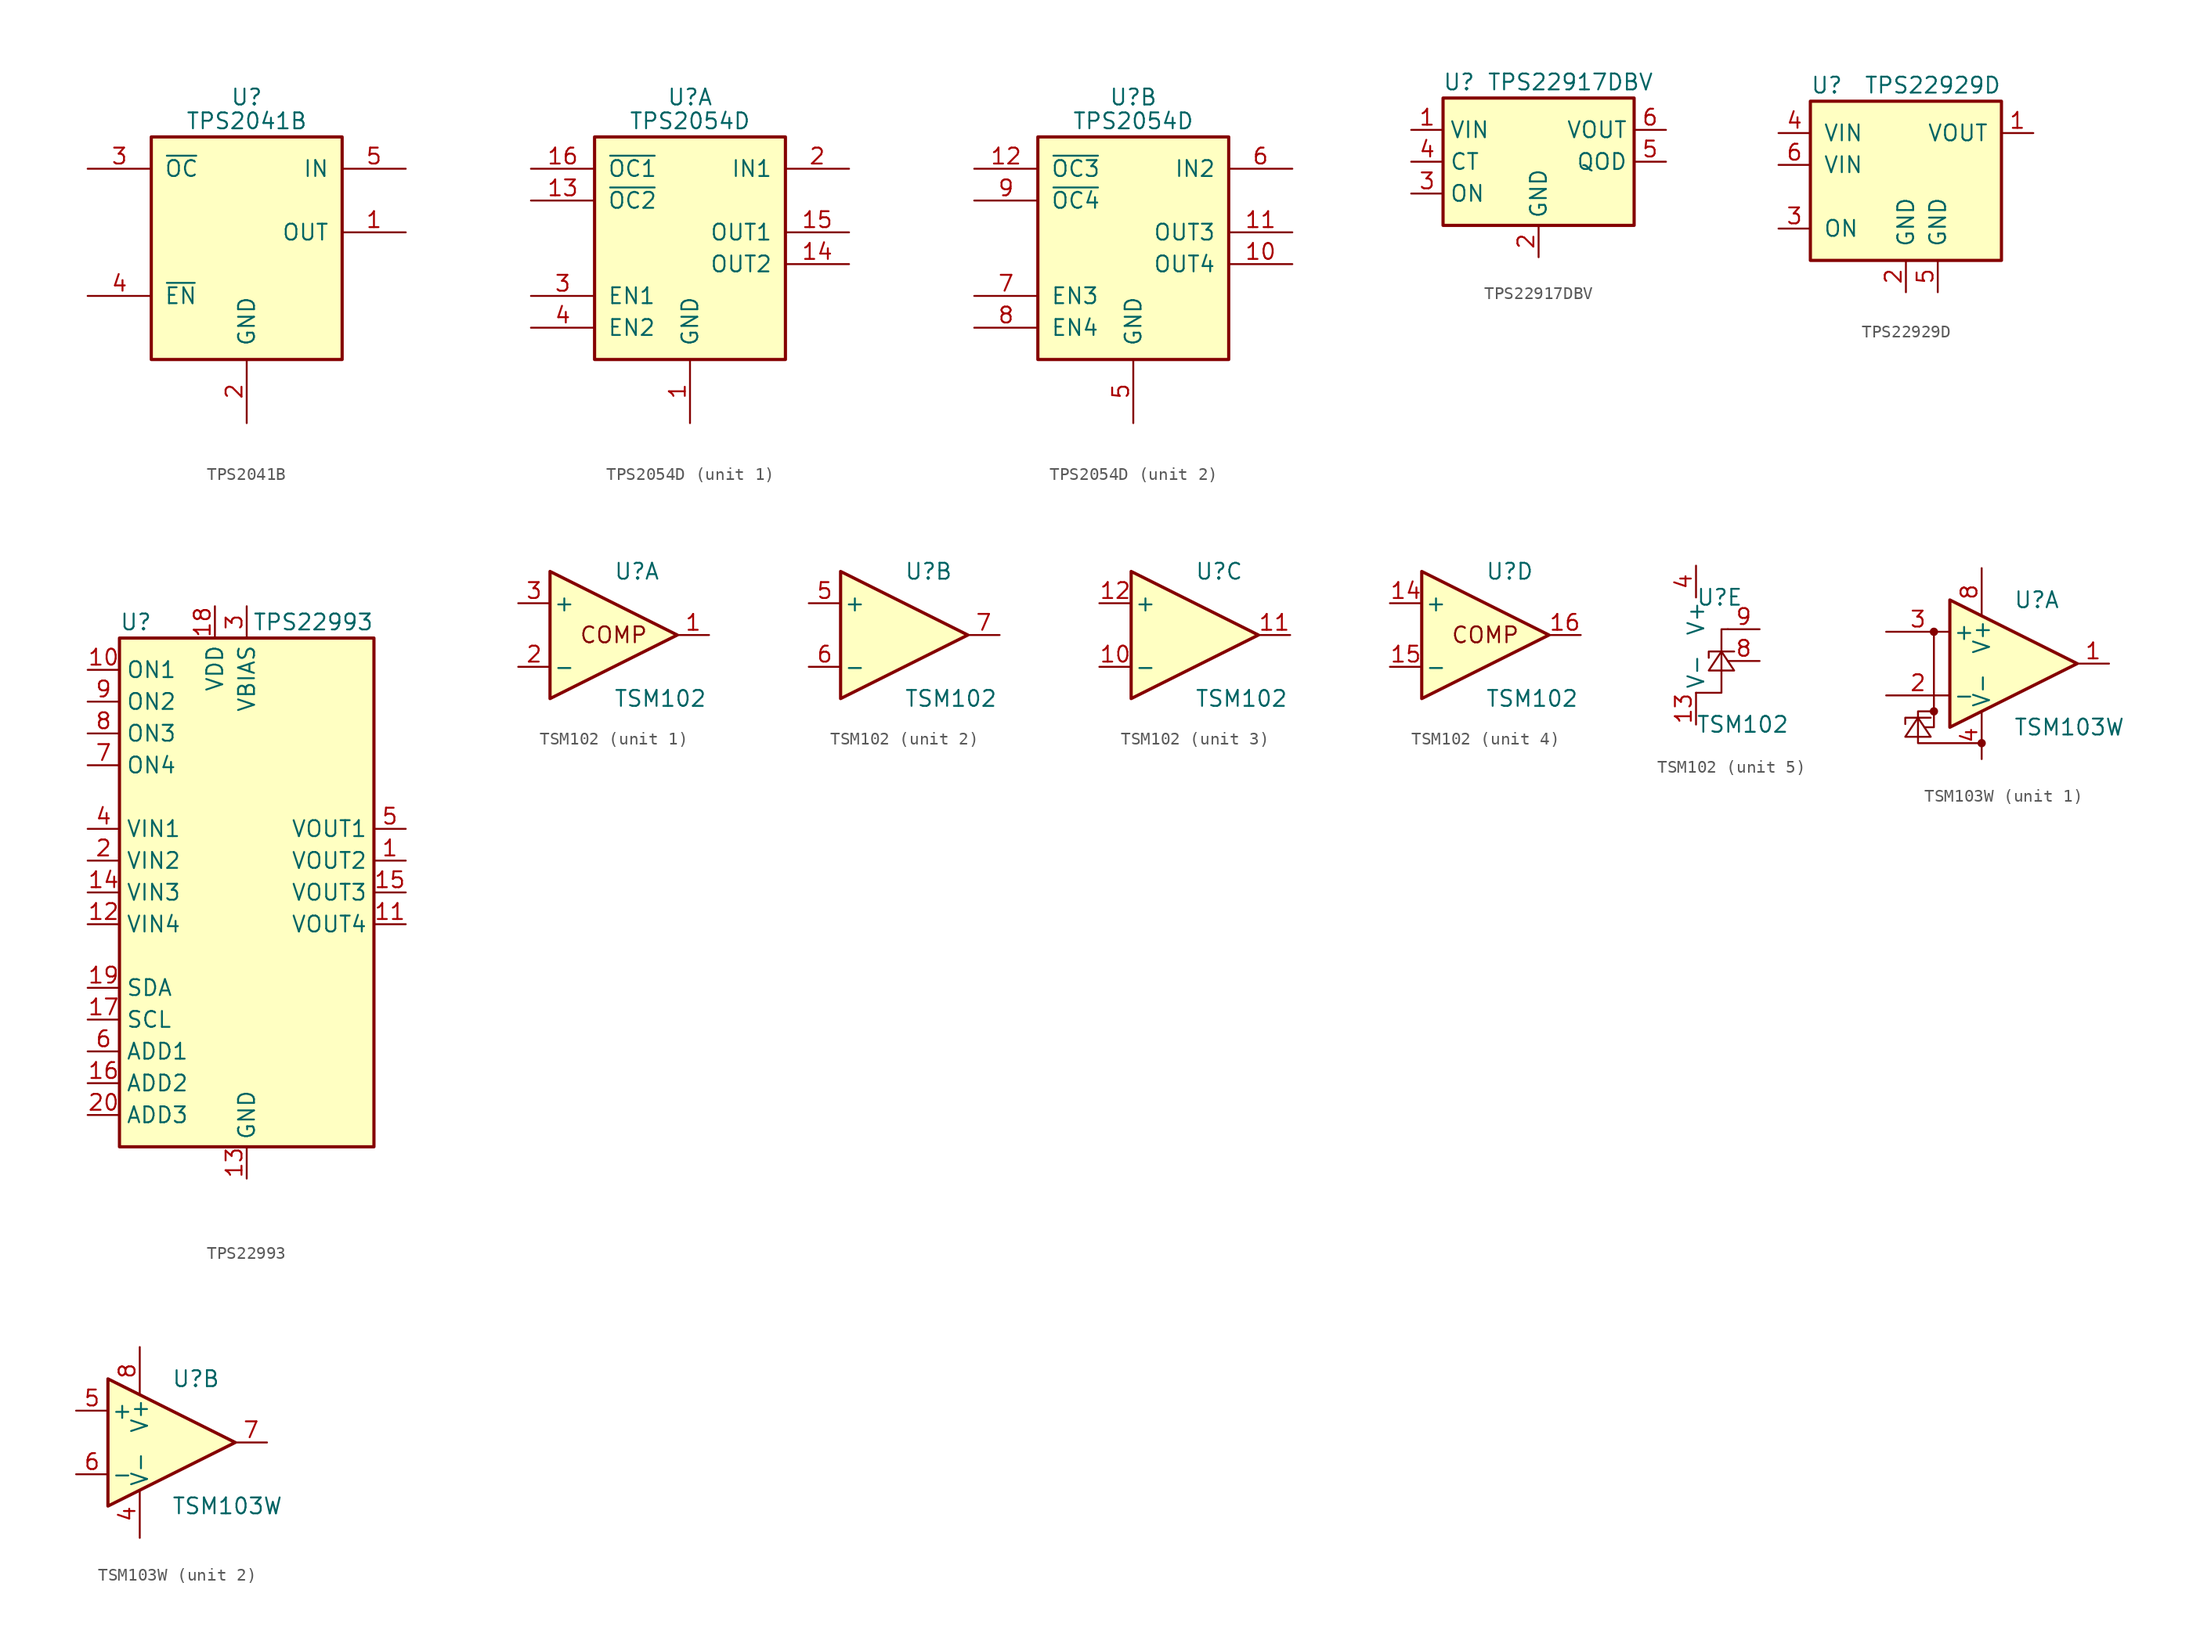
<source format=kicad_sym>
(kicad_symbol_lib
  (version 20201005)
  (generator kicad_symbol_editor)
  (symbol "TPS2041B"
    (pin_names
      (offset 1.016))
    (property "Reference" "U"
      (at 0 10.795 0)
      (effects (font (size 1.27 1.27))))
    (property "Value" "TPS2041B"
      (at 0 8.89 0)
      (effects (font (size 1.27 1.27))))
    (symbol "TPS2041B_0_1"
      (rectangle (start -7.62 7.62) (end 7.62 -10.16) (stroke (width 0.254)) (fill (type background))))
    (symbol "TPS2041B_1_1"
      (pin power_out line (at 12.7 0 180) (length 5.08) (name "OUT" (effects (font (size 1.27 1.27)))) (number "1" (effects (font (size 1.27 1.27)))))
      (pin power_in line (at 0 -15.24 90) (length 5.08) (name "GND" (effects (font (size 1.27 1.27)))) (number "2" (effects (font (size 1.27 1.27)))))
      (pin open_collector line (at -12.7 5.08 0) (length 5.08) (name "~OC" (effects (font (size 1.27 1.27)))) (number "3" (effects (font (size 1.27 1.27)))))
      (pin input line (at -12.7 -5.08 0) (length 5.08) (name "~EN" (effects (font (size 1.27 1.27)))) (number "4" (effects (font (size 1.27 1.27)))))
      (pin power_in line (at 12.7 5.08 180) (length 5.08) (name "IN" (effects (font (size 1.27 1.27)))) (number "5" (effects (font (size 1.27 1.27)))))))
  (symbol "TPS2054D"
    (pin_names
      (offset 1.016))
    (property "Reference" "U"
      (at 0 10.795 0)
      (effects (font (size 1.27 1.27))))
    (property "Value" "TPS2054D"
      (at 0 8.89 0)
      (effects (font (size 1.27 1.27))))
    (property "ki_locked" ""
      (at 0 0 0)
      (effects (font (size 1.27 1.27))))
    (symbol "TPS2054D_0_1"
      (rectangle (start -7.62 7.62) (end 7.62 -10.16) (stroke (width 0.254)) (fill (type background))))
    (symbol "TPS2054D_1_1"
      (pin power_in line (at 0 -15.24 90) (length 5.08) (name "GND" (effects (font (size 1.27 1.27)))) (number "1" (effects (font (size 1.27 1.27)))))
      (pin open_collector line (at -12.7 2.54 0) (length 5.08) (name "~OC2" (effects (font (size 1.27 1.27)))) (number "13" (effects (font (size 1.27 1.27)))))
      (pin passive line (at 12.7 -2.54 180) (length 5.08) (name "OUT2" (effects (font (size 1.27 1.27)))) (number "14" (effects (font (size 1.27 1.27)))))
      (pin passive line (at 12.7 0 180) (length 5.08) (name "OUT1" (effects (font (size 1.27 1.27)))) (number "15" (effects (font (size 1.27 1.27)))))
      (pin open_collector line (at -12.7 5.08 0) (length 5.08) (name "~OC1" (effects (font (size 1.27 1.27)))) (number "16" (effects (font (size 1.27 1.27)))))
      (pin passive line (at 12.7 5.08 180) (length 5.08) (name "IN1" (effects (font (size 1.27 1.27)))) (number "2" (effects (font (size 1.27 1.27)))))
      (pin input line (at -12.7 -5.08 0) (length 5.08) (name "EN1" (effects (font (size 1.27 1.27)))) (number "3" (effects (font (size 1.27 1.27)))))
      (pin input line (at -12.7 -7.62 0) (length 5.08) (name "EN2" (effects (font (size 1.27 1.27)))) (number "4" (effects (font (size 1.27 1.27))))))
    (symbol "TPS2054D_2_1"
      (pin passive line (at 12.7 -2.54 180) (length 5.08) (name "OUT4" (effects (font (size 1.27 1.27)))) (number "10" (effects (font (size 1.27 1.27)))))
      (pin passive line (at 12.7 0 180) (length 5.08) (name "OUT3" (effects (font (size 1.27 1.27)))) (number "11" (effects (font (size 1.27 1.27)))))
      (pin open_collector line (at -12.7 5.08 0) (length 5.08) (name "~OC3" (effects (font (size 1.27 1.27)))) (number "12" (effects (font (size 1.27 1.27)))))
      (pin power_in line (at 0 -15.24 90) (length 5.08) (name "GND" (effects (font (size 1.27 1.27)))) (number "5" (effects (font (size 1.27 1.27)))))
      (pin passive line (at 12.7 5.08 180) (length 5.08) (name "IN2" (effects (font (size 1.27 1.27)))) (number "6" (effects (font (size 1.27 1.27)))))
      (pin input line (at -12.7 -5.08 0) (length 5.08) (name "EN3" (effects (font (size 1.27 1.27)))) (number "7" (effects (font (size 1.27 1.27)))))
      (pin input line (at -12.7 -7.62 0) (length 5.08) (name "EN4" (effects (font (size 1.27 1.27)))) (number "8" (effects (font (size 1.27 1.27)))))
      (pin open_collector line (at -12.7 2.54 0) (length 5.08) (name "~OC4" (effects (font (size 1.27 1.27)))) (number "9" (effects (font (size 1.27 1.27)))))))
  (symbol "TPS22917DBV"
    (property "Reference" "U"
      (at -6.35 6.35 0)
      (effects (font (size 1.27 1.27))))
    (property "Value" "TPS22917DBV"
      (at 2.54 6.35 0)
      (effects (font (size 1.27 1.27))))
    (symbol "TPS22917DBV_0_1"
      (rectangle (start -7.62 5.08) (end 7.62 -5.08) (stroke (width 0.254)) (fill (type background))))
    (symbol "TPS22917DBV_1_1"
      (pin power_in line (at -10.16 2.54 0) (length 2.54) (name "VIN" (effects (font (size 1.27 1.27)))) (number "1" (effects (font (size 1.27 1.27)))))
      (pin power_in line (at 0 -7.62 90) (length 2.54) (name "GND" (effects (font (size 1.27 1.27)))) (number "2" (effects (font (size 1.27 1.27)))))
      (pin input line (at -10.16 -2.54 0) (length 2.54) (name "ON" (effects (font (size 1.27 1.27)))) (number "3" (effects (font (size 1.27 1.27)))))
      (pin output line (at -10.16 0 0) (length 2.54) (name "CT" (effects (font (size 1.27 1.27)))) (number "4" (effects (font (size 1.27 1.27)))))
      (pin open_collector line (at 10.16 0 180) (length 2.54) (name "QOD" (effects (font (size 1.27 1.27)))) (number "5" (effects (font (size 1.27 1.27)))))
      (pin power_out line (at 10.16 2.54 180) (length 2.54) (name "VOUT" (effects (font (size 1.27 1.27)))) (number "6" (effects (font (size 1.27 1.27)))))))
  (symbol "TPS22929D"
    (pin_names
      (offset 1.016))
    (property "Reference" "U"
      (at -7.62 8.89 0)
      (effects (font (size 1.27 1.27)) (justify left)))
    (property "Value" "TPS22929D"
      (at 7.62 8.89 0)
      (effects (font (size 1.27 1.27)) (justify right)))
    (symbol "TPS22929D_0_1"
      (rectangle (start -7.62 7.62) (end 7.62 -5.08) (stroke (width 0.254)) (fill (type background))))
    (symbol "TPS22929D_1_1"
      (pin power_out line (at 10.16 5.08 180) (length 2.54) (name "VOUT" (effects (font (size 1.27 1.27)))) (number "1" (effects (font (size 1.27 1.27)))))
      (pin power_in line (at 0 -7.62 90) (length 2.54) (name "GND" (effects (font (size 1.27 1.27)))) (number "2" (effects (font (size 1.27 1.27)))))
      (pin input line (at -10.16 -2.54 0) (length 2.54) (name "ON" (effects (font (size 1.27 1.27)))) (number "3" (effects (font (size 1.27 1.27)))))
      (pin power_in line (at -10.16 5.08 0) (length 2.54) (name "VIN" (effects (font (size 1.27 1.27)))) (number "4" (effects (font (size 1.27 1.27)))))
      (pin power_in line (at 2.54 -7.62 90) (length 2.54) (name "GND" (effects (font (size 1.27 1.27)))) (number "5" (effects (font (size 1.27 1.27)))))
      (pin power_in line (at -10.16 2.54 0) (length 2.54) (name "VIN" (effects (font (size 1.27 1.27)))) (number "6" (effects (font (size 1.27 1.27)))))))
  (symbol "TPS22993"
    (property "Reference" "U"
      (at -10.16 21.59 0)
      (effects (font (size 1.27 1.27)) (justify left)))
    (property "Value" "TPS22993"
      (at 10.16 21.59 0)
      (effects (font (size 1.27 1.27)) (justify right)))
    (symbol "TPS22993_0_1"
      (rectangle (start -10.16 20.32) (end 10.16 -20.32) (stroke (width 0.254)) (fill (type background))))
    (symbol "TPS22993_1_1"
      (pin passive line (at 12.7 2.54 180) (length 2.54) (name "VOUT2" (effects (font (size 1.27 1.27)))) (number "1" (effects (font (size 1.27 1.27)))))
      (pin input line (at -12.7 17.78 0) (length 2.54) (name "ON1" (effects (font (size 1.27 1.27)))) (number "10" (effects (font (size 1.27 1.27)))))
      (pin passive line (at 12.7 -2.54 180) (length 2.54) (name "VOUT4" (effects (font (size 1.27 1.27)))) (number "11" (effects (font (size 1.27 1.27)))))
      (pin passive line (at -12.7 -2.54 0) (length 2.54) (name "VIN4" (effects (font (size 1.27 1.27)))) (number "12" (effects (font (size 1.27 1.27)))))
      (pin power_in line (at 0 -22.86 90) (length 2.54) (name "GND" (effects (font (size 1.27 1.27)))) (number "13" (effects (font (size 1.27 1.27)))))
      (pin passive line (at -12.7 0 0) (length 2.54) (name "VIN3" (effects (font (size 1.27 1.27)))) (number "14" (effects (font (size 1.27 1.27)))))
      (pin passive line (at 12.7 0 180) (length 2.54) (name "VOUT3" (effects (font (size 1.27 1.27)))) (number "15" (effects (font (size 1.27 1.27)))))
      (pin input line (at -12.7 -15.24 0) (length 2.54) (name "ADD2" (effects (font (size 1.27 1.27)))) (number "16" (effects (font (size 1.27 1.27)))))
      (pin input line (at -12.7 -10.16 0) (length 2.54) (name "SCL" (effects (font (size 1.27 1.27)))) (number "17" (effects (font (size 1.27 1.27)))))
      (pin power_in line (at -2.54 22.86 270) (length 2.54) (name "VDD" (effects (font (size 1.27 1.27)))) (number "18" (effects (font (size 1.27 1.27)))))
      (pin bidirectional line (at -12.7 -7.62 0) (length 2.54) (name "SDA" (effects (font (size 1.27 1.27)))) (number "19" (effects (font (size 1.27 1.27)))))
      (pin passive line (at -12.7 2.54 0) (length 2.54) (name "VIN2" (effects (font (size 1.27 1.27)))) (number "2" (effects (font (size 1.27 1.27)))))
      (pin input line (at -12.7 -17.78 0) (length 2.54) (name "ADD3" (effects (font (size 1.27 1.27)))) (number "20" (effects (font (size 1.27 1.27)))))
      (pin power_in line (at 0 22.86 270) (length 2.54) (name "VBIAS" (effects (font (size 1.27 1.27)))) (number "3" (effects (font (size 1.27 1.27)))))
      (pin passive line (at -12.7 5.08 0) (length 2.54) (name "VIN1" (effects (font (size 1.27 1.27)))) (number "4" (effects (font (size 1.27 1.27)))))
      (pin passive line (at 12.7 5.08 180) (length 2.54) (name "VOUT1" (effects (font (size 1.27 1.27)))) (number "5" (effects (font (size 1.27 1.27)))))
      (pin input line (at -12.7 -12.7 0) (length 2.54) (name "ADD1" (effects (font (size 1.27 1.27)))) (number "6" (effects (font (size 1.27 1.27)))))
      (pin input line (at -12.7 10.16 0) (length 2.54) (name "ON4" (effects (font (size 1.27 1.27)))) (number "7" (effects (font (size 1.27 1.27)))))
      (pin input line (at -12.7 12.7 0) (length 2.54) (name "ON3" (effects (font (size 1.27 1.27)))) (number "8" (effects (font (size 1.27 1.27)))))
      (pin input line (at -12.7 15.24 0) (length 2.54) (name "ON2" (effects (font (size 1.27 1.27)))) (number "9" (effects (font (size 1.27 1.27)))))))
  (symbol "TSM102"
    (pin_names
      (offset 0.254))
    (property "Reference" "U"
      (at 0 5.08 0)
      (effects (font (size 1.27 1.27)) (justify left)))
    (property "Value" "TSM102"
      (at 0 -5.08 0)
      (effects (font (size 1.27 1.27)) (justify left)))
    (symbol "TSM102_1_0"
      (text "COMP" (at 0 0 0) (effects (font (size 1.27 1.27)))))
    (symbol "TSM102_1_1"
      (polyline (pts (xy -5.08 5.08) (xy 5.08 0) (xy -5.08 -5.08) (xy -5.08 5.08)) (stroke (width 0.254)) (fill (type background)))
      (pin output line (at 7.62 0 180) (length 2.54) (name "~" (effects (font (size 1.27 1.27)))) (number "1" (effects (font (size 1.27 1.27)))))
      (pin input line (at -7.62 -2.54 0) (length 2.54) (name "-" (effects (font (size 1.27 1.27)))) (number "2" (effects (font (size 1.27 1.27)))))
      (pin input line (at -7.62 2.54 0) (length 2.54) (name "+" (effects (font (size 1.27 1.27)))) (number "3" (effects (font (size 1.27 1.27))))))
    (symbol "TSM102_2_1"
      (polyline (pts (xy -5.08 5.08) (xy 5.08 0) (xy -5.08 -5.08) (xy -5.08 5.08)) (stroke (width 0.254)) (fill (type background)))
      (pin input line (at -7.62 2.54 0) (length 2.54) (name "+" (effects (font (size 1.27 1.27)))) (number "5" (effects (font (size 1.27 1.27)))))
      (pin input line (at -7.62 -2.54 0) (length 2.54) (name "-" (effects (font (size 1.27 1.27)))) (number "6" (effects (font (size 1.27 1.27)))))
      (pin output line (at 7.62 0 180) (length 2.54) (name "~" (effects (font (size 1.27 1.27)))) (number "7" (effects (font (size 1.27 1.27))))))
    (symbol "TSM102_3_1"
      (polyline (pts (xy -5.08 5.08) (xy 5.08 0) (xy -5.08 -5.08) (xy -5.08 5.08)) (stroke (width 0.254)) (fill (type background)))
      (pin input line (at -7.62 -2.54 0) (length 2.54) (name "-" (effects (font (size 1.27 1.27)))) (number "10" (effects (font (size 1.27 1.27)))))
      (pin output line (at 7.62 0 180) (length 2.54) (name "~" (effects (font (size 1.27 1.27)))) (number "11" (effects (font (size 1.27 1.27)))))
      (pin input line (at -7.62 2.54 0) (length 2.54) (name "+" (effects (font (size 1.27 1.27)))) (number "12" (effects (font (size 1.27 1.27))))))
    (symbol "TSM102_4_0"
      (text "COMP" (at 0 0 0) (effects (font (size 1.27 1.27)))))
    (symbol "TSM102_4_1"
      (polyline (pts (xy -5.08 5.08) (xy 5.08 0) (xy -5.08 -5.08) (xy -5.08 5.08)) (stroke (width 0.254)) (fill (type background)))
      (pin input line (at -7.62 2.54 0) (length 2.54) (name "+" (effects (font (size 1.27 1.27)))) (number "14" (effects (font (size 1.27 1.27)))))
      (pin input line (at -7.62 -2.54 0) (length 2.54) (name "-" (effects (font (size 1.27 1.27)))) (number "15" (effects (font (size 1.27 1.27)))))
      (pin output line (at 7.62 0 180) (length 2.54) (name "~" (effects (font (size 1.27 1.27)))) (number "16" (effects (font (size 1.27 1.27))))))
    (symbol "TSM102_5_1"
      (polyline (pts (xy 1.016 0.254) (xy 1.016 0.762) (xy 3.048 0.762)) (stroke (width 0)) (fill (type none)))
      (polyline (pts (xy 0 -2.54) (xy 2.032 -2.54) (xy 2.032 2.54) (xy 2.54 2.54)) (stroke (width 0)) (fill (type none)))
      (polyline (pts (xy 1.016 -0.762) (xy 2.032 0.762) (xy 3.048 -0.762) (xy 1.016 -0.762)) (stroke (width 0)) (fill (type none)))
      (pin power_in line (at 0 -5.08 90) (length 2.54) (name "V-" (effects (font (size 1.27 1.27)))) (number "13" (effects (font (size 1.27 1.27)))))
      (pin power_in line (at 0 7.62 270) (length 2.54) (name "V+" (effects (font (size 1.27 1.27)))) (number "4" (effects (font (size 1.27 1.27)))))
      (pin passive line (at 5.08 0 180) (length 2.54) (name "~" (effects (font (size 1.27 1.27)))) (number "8" (effects (font (size 1.27 1.27)))))
      (pin passive line (at 5.08 2.54 180) (length 2.54) (name "~" (effects (font (size 1.27 1.27)))) (number "9" (effects (font (size 1.27 1.27)))))))
  (symbol "TSM103W"
    (pin_names
      (offset 0.254))
    (property "Reference" "U"
      (at 0 5.08 0)
      (effects (font (size 1.27 1.27)) (justify left)))
    (property "Value" "TSM103W"
      (at 0 -5.08 0)
      (effects (font (size 1.27 1.27)) (justify left)))
    (symbol "TSM103W_0_1"
      (polyline (pts (xy -5.08 5.08) (xy 5.08 0) (xy -5.08 -5.08) (xy -5.08 5.08)) (stroke (width 0.254)) (fill (type background)))
      (pin power_in line (at -2.54 -7.62 90) (length 3.81) (name "V-" (effects (font (size 1.27 1.27)))) (number "4" (effects (font (size 1.27 1.27)))))
      (pin power_in line (at -2.54 7.62 270) (length 3.81) (name "V+" (effects (font (size 1.27 1.27)))) (number "8" (effects (font (size 1.27 1.27))))))
    (symbol "TSM103W_1_1"
      (circle (center -6.35 -3.81) (radius 0.254) (stroke (width 0)) (fill (type outline)))
      (circle (center -6.35 2.54) (radius 0.254) (stroke (width 0)) (fill (type outline)))
      (circle (center -2.54 -6.35) (radius 0.254) (stroke (width 0)) (fill (type outline)))
      (polyline (pts (xy -8.636 -4.826) (xy -8.636 -4.318) (xy -6.604 -4.318)) (stroke (width 0)) (fill (type none)))
      (polyline (pts (xy -7.112 -5.08) (xy -6.35 -5.08) (xy -6.35 2.54)) (stroke (width 0)) (fill (type none)))
      (polyline (pts (xy -8.636 -5.842) (xy -7.62 -4.318) (xy -6.604 -5.842) (xy -8.636 -5.842)) (stroke (width 0)) (fill (type none)))
      (polyline (pts (xy -6.35 -3.81) (xy -7.62 -3.81) (xy -7.62 -6.35) (xy -2.54 -6.35)) (stroke (width 0)) (fill (type none)))
      (pin output line (at 7.62 0 180) (length 2.54) (name "~" (effects (font (size 1.27 1.27)))) (number "1" (effects (font (size 1.27 1.27)))))
      (pin input line (at -10.16 -2.54 0) (length 5.08) (name "-" (effects (font (size 1.27 1.27)))) (number "2" (effects (font (size 1.27 1.27)))))
      (pin input line (at -10.16 2.54 0) (length 5.08) (name "+" (effects (font (size 1.27 1.27)))) (number "3" (effects (font (size 1.27 1.27))))))
    (symbol "TSM103W_2_1"
      (pin input line (at -7.62 2.54 0) (length 2.54) (name "+" (effects (font (size 1.27 1.27)))) (number "5" (effects (font (size 1.27 1.27)))))
      (pin input line (at -7.62 -2.54 0) (length 2.54) (name "-" (effects (font (size 1.27 1.27)))) (number "6" (effects (font (size 1.27 1.27)))))
      (pin output line (at 7.62 0 180) (length 2.54) (name "~" (effects (font (size 1.27 1.27)))) (number "7" (effects (font (size 1.27 1.27))))))))
</source>
